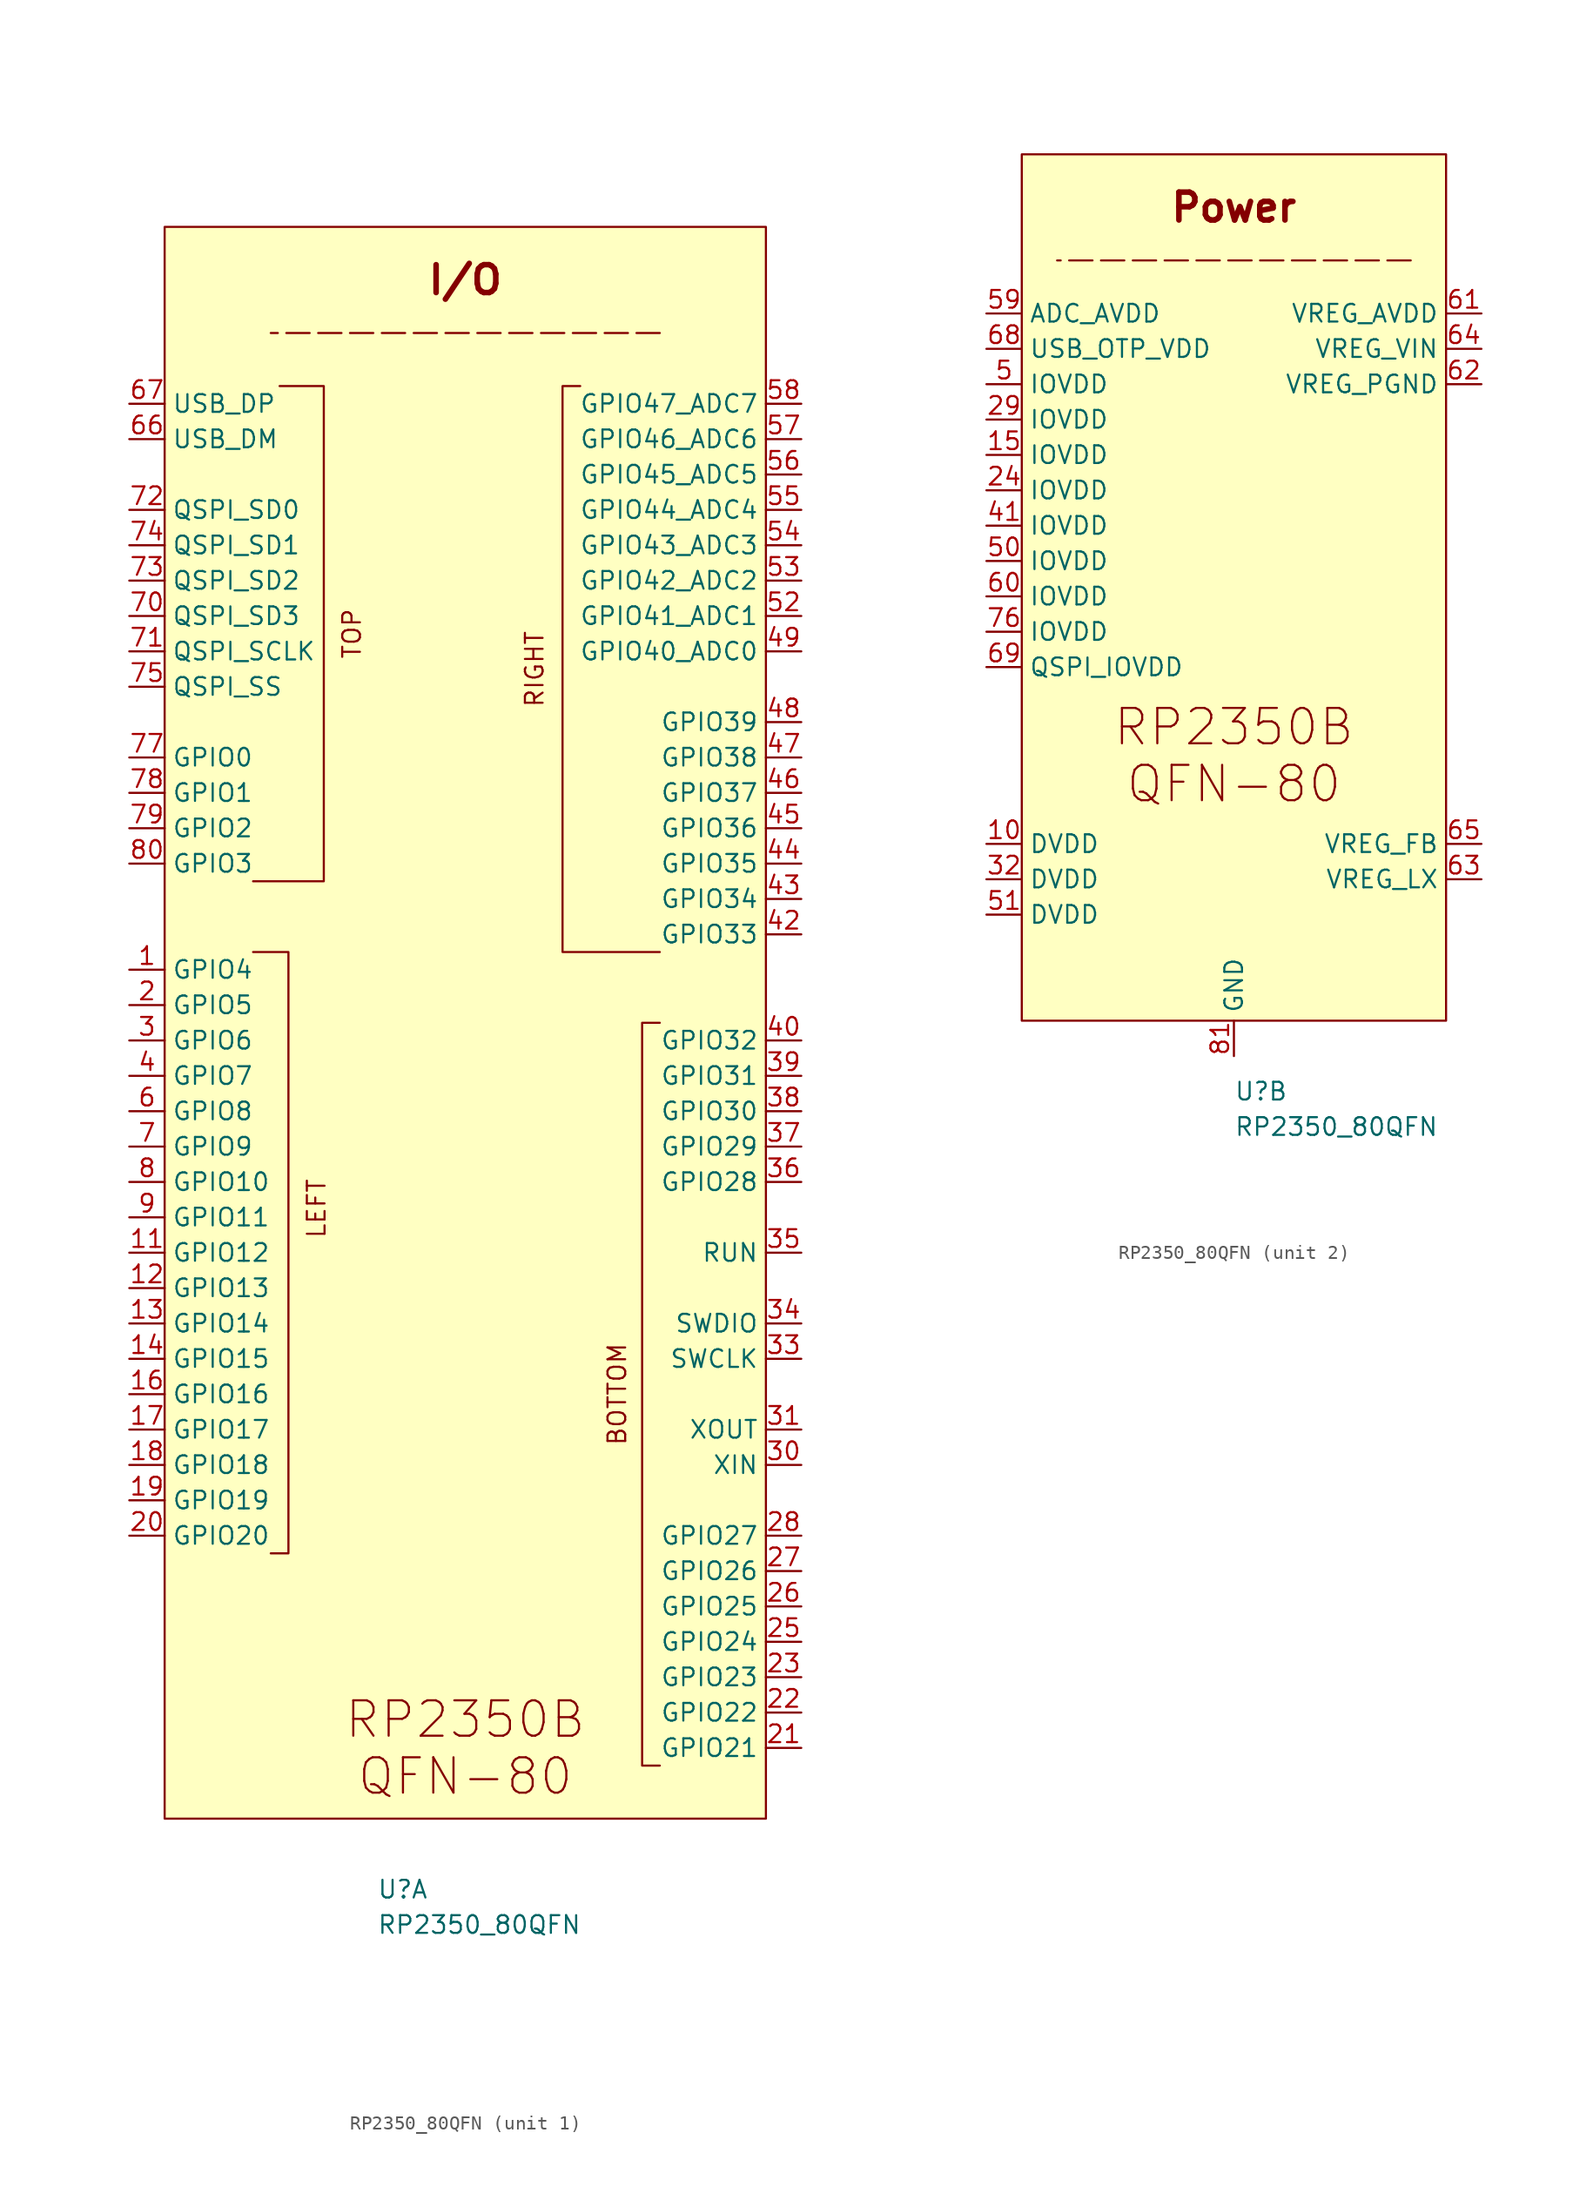
<source format=kicad_sym>
(kicad_symbol_lib
  (version 20241209)
  (generator "kicad_symbol_editor")
  (generator_version "9.0")
  (symbol "RP2350_80QFN"
    (property "Reference" "U"
      (at 15.24 -5.08 0)
      (effects (font (size 1.27 1.27)) (justify left)))
    (property "Value" "RP2350_80QFN"
      (at 15.24 -7.62 0)
      (effects (font (size 1.27 1.27)) (justify left)))
    (property "ki_locked" ""
      (at 0 0 0)
      (effects (font (size 1.27 1.27))))
    (symbol "RP2350_80QFN_1_1"
      (rectangle (start 0 114.3) (end 43.18 0) (stroke (width 0) (type default)) (fill (type background)))
      (polyline (pts (xy 6.35 62.23) (xy 8.89 62.23) (xy 8.89 19.05) (xy 7.62 19.05)) (stroke (width 0) (type solid)) (fill (type none)))
      (polyline (pts (xy 8.255 102.87) (xy 11.43 102.87) (xy 11.43 67.31) (xy 6.35 67.31)) (stroke (width 0) (type default)) (fill (type none)))
      (polyline (pts (xy 35.56 106.68) (xy 7.62 106.68)) (stroke (width 0) (type dash)) (fill (type none)))
      (polyline (pts (xy 35.56 62.23) (xy 28.575 62.23) (xy 28.575 102.87) (xy 29.845 102.87)) (stroke (width 0) (type default)) (fill (type none)))
      (polyline (pts (xy 35.56 3.81) (xy 34.29 3.81) (xy 34.29 57.15) (xy 35.56 57.15)) (stroke (width 0) (type default)) (fill (type none)))
      (text "LEFT" (at 10.16 43.815 900) (effects (font (size 1.27 1.27)) (justify top)))
      (text "TOP" (at 12.7 85.09 900) (effects (font (size 1.27 1.27)) (justify top)))
      (text "I/O" (at 21.59 110.49 0) (effects (font (size 2 2) (bold yes))))
      (text "RP2350B\nQFN-80" (at 21.59 5.08 0) (effects (font (size 2.54 2.54))))
      (text "RIGHT" (at 27.305 82.55 900) (effects (font (size 1.27 1.27)) (justify bottom)))
      (text "BOTTOM" (at 31.75 30.48 900) (effects (font (size 1.27 1.27)) (justify top)))
      (pin bidirectional line (at -2.54 101.6 0) (length 2.54) (name "USB_DP" (effects (font (size 1.27 1.27)))) (number "67" (effects (font (size 1.27 1.27)))))
      (pin bidirectional line (at -2.54 99.06 0) (length 2.54) (name "USB_DM" (effects (font (size 1.27 1.27)))) (number "66" (effects (font (size 1.27 1.27)))))
      (pin bidirectional line (at -2.54 93.98 0) (length 2.54) (name "QSPI_SD0" (effects (font (size 1.27 1.27)))) (number "72" (effects (font (size 1.27 1.27)))))
      (pin bidirectional line (at -2.54 91.44 0) (length 2.54) (name "QSPI_SD1" (effects (font (size 1.27 1.27)))) (number "74" (effects (font (size 1.27 1.27)))))
      (pin bidirectional line (at -2.54 88.9 0) (length 2.54) (name "QSPI_SD2" (effects (font (size 1.27 1.27)))) (number "73" (effects (font (size 1.27 1.27)))))
      (pin bidirectional line (at -2.54 86.36 0) (length 2.54) (name "QSPI_SD3" (effects (font (size 1.27 1.27)))) (number "70" (effects (font (size 1.27 1.27)))))
      (pin output line (at -2.54 83.82 0) (length 2.54) (name "QSPI_SCLK" (effects (font (size 1.27 1.27)))) (number "71" (effects (font (size 1.27 1.27)))))
      (pin bidirectional line (at -2.54 81.28 0) (length 2.54) (name "QSPI_SS" (effects (font (size 1.27 1.27)))) (number "75" (effects (font (size 1.27 1.27)))))
      (pin bidirectional line (at -2.54 76.2 0) (length 2.54) (name "GPIO0" (effects (font (size 1.27 1.27)))) (number "77" (effects (font (size 1.27 1.27)))))
      (pin bidirectional line (at -2.54 73.66 0) (length 2.54) (name "GPIO1" (effects (font (size 1.27 1.27)))) (number "78" (effects (font (size 1.27 1.27)))))
      (pin bidirectional line (at -2.54 71.12 0) (length 2.54) (name "GPIO2" (effects (font (size 1.27 1.27)))) (number "79" (effects (font (size 1.27 1.27)))))
      (pin bidirectional line (at -2.54 68.58 0) (length 2.54) (name "GPIO3" (effects (font (size 1.27 1.27)))) (number "80" (effects (font (size 1.27 1.27)))))
      (pin bidirectional line (at -2.54 60.96 0) (length 2.54) (name "GPIO4" (effects (font (size 1.27 1.27)))) (number "1" (effects (font (size 1.27 1.27)))))
      (pin bidirectional line (at -2.54 58.42 0) (length 2.54) (name "GPIO5" (effects (font (size 1.27 1.27)))) (number "2" (effects (font (size 1.27 1.27)))))
      (pin bidirectional line (at -2.54 55.88 0) (length 2.54) (name "GPIO6" (effects (font (size 1.27 1.27)))) (number "3" (effects (font (size 1.27 1.27)))))
      (pin bidirectional line (at -2.54 53.34 0) (length 2.54) (name "GPIO7" (effects (font (size 1.27 1.27)))) (number "4" (effects (font (size 1.27 1.27)))))
      (pin bidirectional line (at -2.54 50.8 0) (length 2.54) (name "GPIO8" (effects (font (size 1.27 1.27)))) (number "6" (effects (font (size 1.27 1.27)))))
      (pin bidirectional line (at -2.54 48.26 0) (length 2.54) (name "GPIO9" (effects (font (size 1.27 1.27)))) (number "7" (effects (font (size 1.27 1.27)))))
      (pin bidirectional line (at -2.54 45.72 0) (length 2.54) (name "GPIO10" (effects (font (size 1.27 1.27)))) (number "8" (effects (font (size 1.27 1.27)))))
      (pin bidirectional line (at -2.54 43.18 0) (length 2.54) (name "GPIO11" (effects (font (size 1.27 1.27)))) (number "9" (effects (font (size 1.27 1.27)))))
      (pin bidirectional line (at -2.54 40.64 0) (length 2.54) (name "GPIO12" (effects (font (size 1.27 1.27)))) (number "11" (effects (font (size 1.27 1.27)))))
      (pin bidirectional line (at -2.54 38.1 0) (length 2.54) (name "GPIO13" (effects (font (size 1.27 1.27)))) (number "12" (effects (font (size 1.27 1.27)))))
      (pin bidirectional line (at -2.54 35.56 0) (length 2.54) (name "GPIO14" (effects (font (size 1.27 1.27)))) (number "13" (effects (font (size 1.27 1.27)))))
      (pin bidirectional line (at -2.54 33.02 0) (length 2.54) (name "GPIO15" (effects (font (size 1.27 1.27)))) (number "14" (effects (font (size 1.27 1.27)))))
      (pin bidirectional line (at -2.54 30.48 0) (length 2.54) (name "GPIO16" (effects (font (size 1.27 1.27)))) (number "16" (effects (font (size 1.27 1.27)))))
      (pin bidirectional line (at -2.54 27.94 0) (length 2.54) (name "GPIO17" (effects (font (size 1.27 1.27)))) (number "17" (effects (font (size 1.27 1.27)))))
      (pin bidirectional line (at -2.54 25.4 0) (length 2.54) (name "GPIO18" (effects (font (size 1.27 1.27)))) (number "18" (effects (font (size 1.27 1.27)))))
      (pin bidirectional line (at -2.54 22.86 0) (length 2.54) (name "GPIO19" (effects (font (size 1.27 1.27)))) (number "19" (effects (font (size 1.27 1.27)))))
      (pin bidirectional line (at -2.54 20.32 0) (length 2.54) (name "GPIO20" (effects (font (size 1.27 1.27)))) (number "20" (effects (font (size 1.27 1.27)))))
      (pin bidirectional line (at 45.72 101.6 180) (length 2.54) (name "GPIO47_ADC7" (effects (font (size 1.27 1.27)))) (number "58" (effects (font (size 1.27 1.27)))))
      (pin bidirectional line (at 45.72 99.06 180) (length 2.54) (name "GPIO46_ADC6" (effects (font (size 1.27 1.27)))) (number "57" (effects (font (size 1.27 1.27)))))
      (pin bidirectional line (at 45.72 96.52 180) (length 2.54) (name "GPIO45_ADC5" (effects (font (size 1.27 1.27)))) (number "56" (effects (font (size 1.27 1.27)))))
      (pin bidirectional line (at 45.72 93.98 180) (length 2.54) (name "GPIO44_ADC4" (effects (font (size 1.27 1.27)))) (number "55" (effects (font (size 1.27 1.27)))))
      (pin bidirectional line (at 45.72 91.44 180) (length 2.54) (name "GPIO43_ADC3" (effects (font (size 1.27 1.27)))) (number "54" (effects (font (size 1.27 1.27)))))
      (pin bidirectional line (at 45.72 88.9 180) (length 2.54) (name "GPIO42_ADC2" (effects (font (size 1.27 1.27)))) (number "53" (effects (font (size 1.27 1.27)))))
      (pin bidirectional line (at 45.72 86.36 180) (length 2.54) (name "GPIO41_ADC1" (effects (font (size 1.27 1.27)))) (number "52" (effects (font (size 1.27 1.27)))))
      (pin bidirectional line (at 45.72 83.82 180) (length 2.54) (name "GPIO40_ADC0" (effects (font (size 1.27 1.27)))) (number "49" (effects (font (size 1.27 1.27)))))
      (pin bidirectional line (at 45.72 78.74 180) (length 2.54) (name "GPIO39" (effects (font (size 1.27 1.27)))) (number "48" (effects (font (size 1.27 1.27)))))
      (pin bidirectional line (at 45.72 76.2 180) (length 2.54) (name "GPIO38" (effects (font (size 1.27 1.27)))) (number "47" (effects (font (size 1.27 1.27)))))
      (pin bidirectional line (at 45.72 73.66 180) (length 2.54) (name "GPIO37" (effects (font (size 1.27 1.27)))) (number "46" (effects (font (size 1.27 1.27)))))
      (pin bidirectional line (at 45.72 71.12 180) (length 2.54) (name "GPIO36" (effects (font (size 1.27 1.27)))) (number "45" (effects (font (size 1.27 1.27)))))
      (pin bidirectional line (at 45.72 68.58 180) (length 2.54) (name "GPIO35" (effects (font (size 1.27 1.27)))) (number "44" (effects (font (size 1.27 1.27)))))
      (pin bidirectional line (at 45.72 66.04 180) (length 2.54) (name "GPIO34" (effects (font (size 1.27 1.27)))) (number "43" (effects (font (size 1.27 1.27)))))
      (pin bidirectional line (at 45.72 63.5 180) (length 2.54) (name "GPIO33" (effects (font (size 1.27 1.27)))) (number "42" (effects (font (size 1.27 1.27)))))
      (pin bidirectional line (at 45.72 55.88 180) (length 2.54) (name "GPIO32" (effects (font (size 1.27 1.27)))) (number "40" (effects (font (size 1.27 1.27)))))
      (pin bidirectional line (at 45.72 53.34 180) (length 2.54) (name "GPIO31" (effects (font (size 1.27 1.27)))) (number "39" (effects (font (size 1.27 1.27)))))
      (pin bidirectional line (at 45.72 50.8 180) (length 2.54) (name "GPIO30" (effects (font (size 1.27 1.27)))) (number "38" (effects (font (size 1.27 1.27)))))
      (pin bidirectional line (at 45.72 48.26 180) (length 2.54) (name "GPIO29" (effects (font (size 1.27 1.27)))) (number "37" (effects (font (size 1.27 1.27)))))
      (pin bidirectional line (at 45.72 45.72 180) (length 2.54) (name "GPIO28" (effects (font (size 1.27 1.27)))) (number "36" (effects (font (size 1.27 1.27)))))
      (pin input line (at 45.72 40.64 180) (length 2.54) (name "RUN" (effects (font (size 1.27 1.27)))) (number "35" (effects (font (size 1.27 1.27)))))
      (pin bidirectional line (at 45.72 35.56 180) (length 2.54) (name "SWDIO" (effects (font (size 1.27 1.27)))) (number "34" (effects (font (size 1.27 1.27)))))
      (pin output line (at 45.72 33.02 180) (length 2.54) (name "SWCLK" (effects (font (size 1.27 1.27)))) (number "33" (effects (font (size 1.27 1.27)))))
      (pin passive line (at 45.72 27.94 180) (length 2.54) (name "XOUT" (effects (font (size 1.27 1.27)))) (number "31" (effects (font (size 1.27 1.27)))))
      (pin input line (at 45.72 25.4 180) (length 2.54) (name "XIN" (effects (font (size 1.27 1.27)))) (number "30" (effects (font (size 1.27 1.27)))))
      (pin bidirectional line (at 45.72 20.32 180) (length 2.54) (name "GPIO27" (effects (font (size 1.27 1.27)))) (number "28" (effects (font (size 1.27 1.27)))))
      (pin bidirectional line (at 45.72 17.78 180) (length 2.54) (name "GPIO26" (effects (font (size 1.27 1.27)))) (number "27" (effects (font (size 1.27 1.27)))))
      (pin bidirectional line (at 45.72 15.24 180) (length 2.54) (name "GPIO25" (effects (font (size 1.27 1.27)))) (number "26" (effects (font (size 1.27 1.27)))))
      (pin bidirectional line (at 45.72 12.7 180) (length 2.54) (name "GPIO24" (effects (font (size 1.27 1.27)))) (number "25" (effects (font (size 1.27 1.27)))))
      (pin bidirectional line (at 45.72 10.16 180) (length 2.54) (name "GPIO23" (effects (font (size 1.27 1.27)))) (number "23" (effects (font (size 1.27 1.27)))))
      (pin bidirectional line (at 45.72 7.62 180) (length 2.54) (name "GPIO22" (effects (font (size 1.27 1.27)))) (number "22" (effects (font (size 1.27 1.27)))))
      (pin bidirectional line (at 45.72 5.08 180) (length 2.54) (name "GPIO21" (effects (font (size 1.27 1.27)))) (number "21" (effects (font (size 1.27 1.27))))))
    (symbol "RP2350_80QFN_2_1"
      (rectangle (start 0 62.23) (end 30.48 0) (stroke (width 0) (type default)) (fill (type background)))
      (polyline (pts (xy 27.94 54.61) (xy 2.54 54.61)) (stroke (width 0) (type dash)) (fill (type none)))
      (text "Power" (at 15.24 58.42 0) (effects (font (size 2 2) (bold yes))))
      (text "RP2350B\nQFN-80" (at 15.24 19.05 0) (effects (font (size 2.54 2.54))))
      (pin power_in line (at -2.54 50.8 0) (length 2.54) (name "ADC_AVDD" (effects (font (size 1.27 1.27)))) (number "59" (effects (font (size 1.27 1.27)))))
      (pin power_in line (at -2.54 48.26 0) (length 2.54) (name "USB_OTP_VDD" (effects (font (size 1.27 1.27)))) (number "68" (effects (font (size 1.27 1.27)))))
      (pin power_in line (at -2.54 45.72 0) (length 2.54) (name "IOVDD" (effects (font (size 1.27 1.27)))) (number "5" (effects (font (size 1.27 1.27)))))
      (pin power_in line (at -2.54 43.18 0) (length 2.54) (name "IOVDD" (effects (font (size 1.27 1.27)))) (number "29" (effects (font (size 1.27 1.27)))))
      (pin power_in line (at -2.54 40.64 0) (length 2.54) (name "IOVDD" (effects (font (size 1.27 1.27)))) (number "15" (effects (font (size 1.27 1.27)))))
      (pin power_in line (at -2.54 38.1 0) (length 2.54) (name "IOVDD" (effects (font (size 1.27 1.27)))) (number "24" (effects (font (size 1.27 1.27)))))
      (pin power_in line (at -2.54 35.56 0) (length 2.54) (name "IOVDD" (effects (font (size 1.27 1.27)))) (number "41" (effects (font (size 1.27 1.27)))))
      (pin power_in line (at -2.54 33.02 0) (length 2.54) (name "IOVDD" (effects (font (size 1.27 1.27)))) (number "50" (effects (font (size 1.27 1.27)))))
      (pin power_in line (at -2.54 30.48 0) (length 2.54) (name "IOVDD" (effects (font (size 1.27 1.27)))) (number "60" (effects (font (size 1.27 1.27)))))
      (pin power_in line (at -2.54 27.94 0) (length 2.54) (name "IOVDD" (effects (font (size 1.27 1.27)))) (number "76" (effects (font (size 1.27 1.27)))))
      (pin power_in line (at -2.54 25.4 0) (length 2.54) (name "QSPI_IOVDD" (effects (font (size 1.27 1.27)))) (number "69" (effects (font (size 1.27 1.27)))))
      (pin power_in line (at -2.54 12.7 0) (length 2.54) (name "DVDD" (effects (font (size 1.27 1.27)))) (number "10" (effects (font (size 1.27 1.27)))))
      (pin power_in line (at -2.54 10.16 0) (length 2.54) (name "DVDD" (effects (font (size 1.27 1.27)))) (number "32" (effects (font (size 1.27 1.27)))))
      (pin power_in line (at -2.54 7.62 0) (length 2.54) (name "DVDD" (effects (font (size 1.27 1.27)))) (number "51" (effects (font (size 1.27 1.27)))))
      (pin power_in line (at 15.24 -2.54 90) (length 2.54) (name "GND" (effects (font (size 1.27 1.27)))) (number "81" (effects (font (size 1.27 1.27)))))
      (pin power_in line (at 33.02 50.8 180) (length 2.54) (name "VREG_AVDD" (effects (font (size 1.27 1.27)))) (number "61" (effects (font (size 1.27 1.27)))))
      (pin power_in line (at 33.02 48.26 180) (length 2.54) (name "VREG_VIN" (effects (font (size 1.27 1.27)))) (number "64" (effects (font (size 1.27 1.27)))))
      (pin power_in line (at 33.02 45.72 180) (length 2.54) (name "VREG_PGND" (effects (font (size 1.27 1.27)))) (number "62" (effects (font (size 1.27 1.27)))))
      (pin input line (at 33.02 12.7 180) (length 2.54) (name "VREG_FB" (effects (font (size 1.27 1.27)))) (number "65" (effects (font (size 1.27 1.27)))))
      (pin power_out line (at 33.02 10.16 180) (length 2.54) (name "VREG_LX" (effects (font (size 1.27 1.27)))) (number "63" (effects (font (size 1.27 1.27))))))))
</source>
